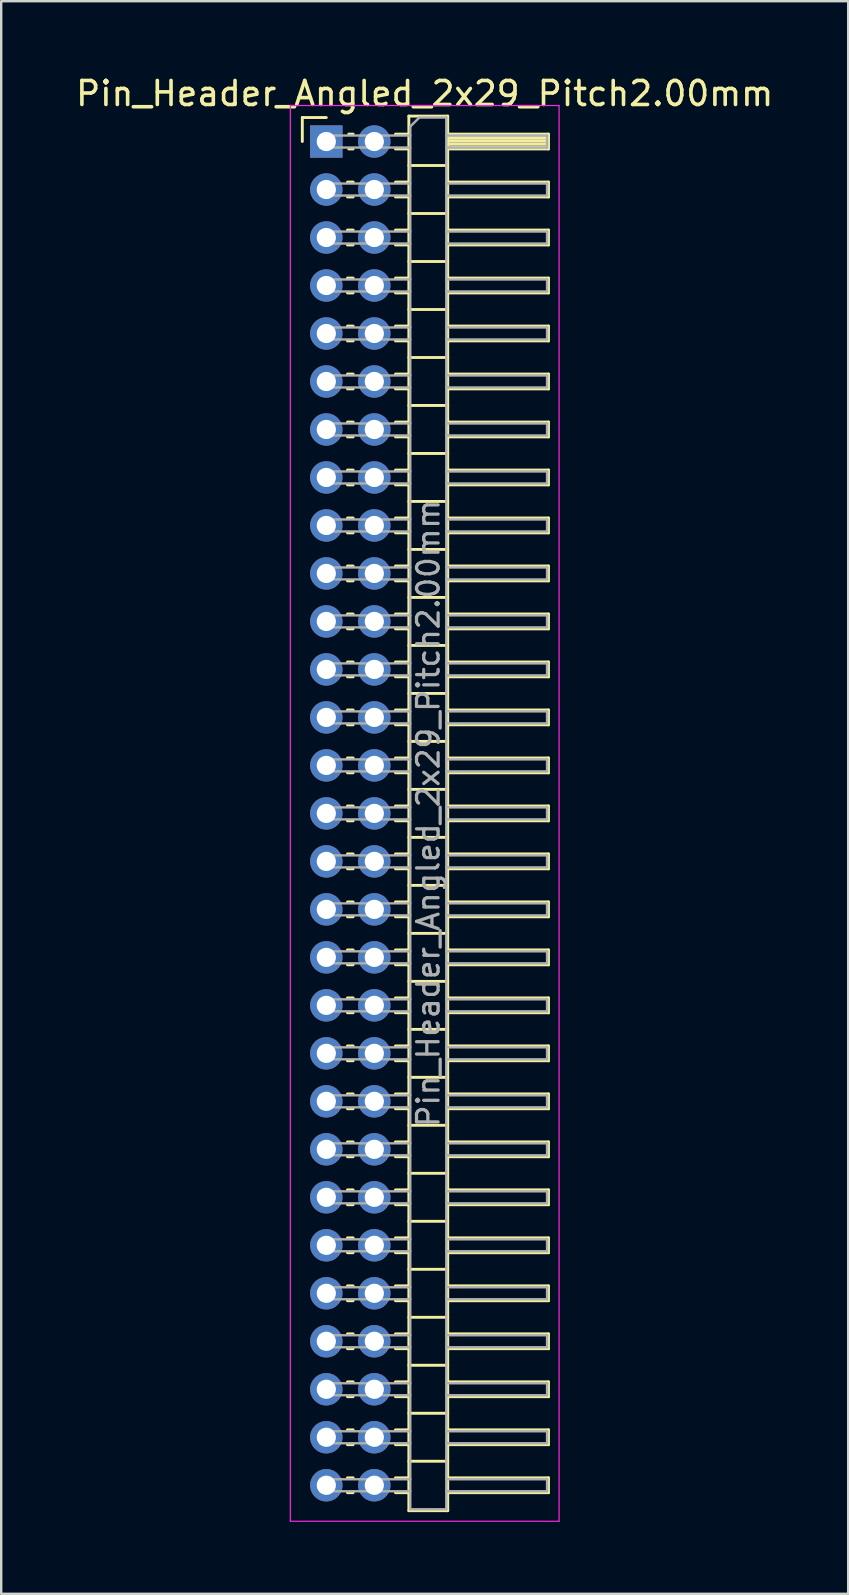
<source format=kicad_pcb>
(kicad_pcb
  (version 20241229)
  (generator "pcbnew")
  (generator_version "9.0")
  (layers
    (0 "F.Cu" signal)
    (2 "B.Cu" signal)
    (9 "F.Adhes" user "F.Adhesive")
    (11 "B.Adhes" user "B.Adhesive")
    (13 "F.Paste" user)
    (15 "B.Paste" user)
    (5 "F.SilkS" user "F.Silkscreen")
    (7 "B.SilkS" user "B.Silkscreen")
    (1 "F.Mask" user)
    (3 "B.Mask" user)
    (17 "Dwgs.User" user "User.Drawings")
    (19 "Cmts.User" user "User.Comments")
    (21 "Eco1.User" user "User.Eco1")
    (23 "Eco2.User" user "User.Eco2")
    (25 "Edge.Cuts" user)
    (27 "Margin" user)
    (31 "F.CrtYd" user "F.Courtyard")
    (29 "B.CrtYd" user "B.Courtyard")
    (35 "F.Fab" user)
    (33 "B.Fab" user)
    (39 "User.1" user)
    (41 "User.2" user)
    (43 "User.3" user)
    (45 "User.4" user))
  (footprint "Pin_Header_Angled_2x29_Pitch2.00mm"
    (layer "F.Cu")
    (at 10.549 2.848)
    (property "Reference" "Pin_Header_Angled_2x29_Pitch2.00mm" (at 4.1 -2 0) (layer "F.SilkS") (effects (font (size 1 1) (thickness 0.15))))
    (attr through_hole)
    (fp_line (start -1 -1) (end 0 -1) (stroke (width 0.12) (type solid)) (layer "F.SilkS"))
    (fp_line (start -1 0) (end -1 -1) (stroke (width 0.12) (type solid)) (layer "F.SilkS"))
    (fp_line (start 0.882 1.69) (end 1.118 1.69) (stroke (width 0.12) (type solid)) (layer "F.SilkS"))
    (fp_line (start 0.882 2.31) (end 1.118 2.31) (stroke (width 0.12) (type solid)) (layer "F.SilkS"))
    (fp_line (start 0.882 3.69) (end 1.118 3.69) (stroke (width 0.12) (type solid)) (layer "F.SilkS"))
    (fp_line (start 0.882 4.31) (end 1.118 4.31) (stroke (width 0.12) (type solid)) (layer "F.SilkS"))
    (fp_line (start 0.882 5.69) (end 1.118 5.69) (stroke (width 0.12) (type solid)) (layer "F.SilkS"))
    (fp_line (start 0.882 6.31) (end 1.118 6.31) (stroke (width 0.12) (type solid)) (layer "F.SilkS"))
    (fp_line (start 0.882 7.69) (end 1.118 7.69) (stroke (width 0.12) (type solid)) (layer "F.SilkS"))
    (fp_line (start 0.882 8.31) (end 1.118 8.31) (stroke (width 0.12) (type solid)) (layer "F.SilkS"))
    (fp_line (start 0.882 9.69) (end 1.118 9.69) (stroke (width 0.12) (type solid)) (layer "F.SilkS"))
    (fp_line (start 0.882 10.31) (end 1.118 10.31) (stroke (width 0.12) (type solid)) (layer "F.SilkS"))
    (fp_line (start 0.882 11.69) (end 1.118 11.69) (stroke (width 0.12) (type solid)) (layer "F.SilkS"))
    (fp_line (start 0.882 12.31) (end 1.118 12.31) (stroke (width 0.12) (type solid)) (layer "F.SilkS"))
    (fp_line (start 0.882 13.69) (end 1.118 13.69) (stroke (width 0.12) (type solid)) (layer "F.SilkS"))
    (fp_line (start 0.882 14.31) (end 1.118 14.31) (stroke (width 0.12) (type solid)) (layer "F.SilkS"))
    (fp_line (start 0.882 15.69) (end 1.118 15.69) (stroke (width 0.12) (type solid)) (layer "F.SilkS"))
    (fp_line (start 0.882 16.31) (end 1.118 16.31) (stroke (width 0.12) (type solid)) (layer "F.SilkS"))
    (fp_line (start 0.882 17.69) (end 1.118 17.69) (stroke (width 0.12) (type solid)) (layer "F.SilkS"))
    (fp_line (start 0.882 18.31) (end 1.118 18.31) (stroke (width 0.12) (type solid)) (layer "F.SilkS"))
    (fp_line (start 0.882 19.69) (end 1.118 19.69) (stroke (width 0.12) (type solid)) (layer "F.SilkS"))
    (fp_line (start 0.882 20.31) (end 1.118 20.31) (stroke (width 0.12) (type solid)) (layer "F.SilkS"))
    (fp_line (start 0.882 21.69) (end 1.118 21.69) (stroke (width 0.12) (type solid)) (layer "F.SilkS"))
    (fp_line (start 0.882 22.31) (end 1.118 22.31) (stroke (width 0.12) (type solid)) (layer "F.SilkS"))
    (fp_line (start 0.882 23.69) (end 1.118 23.69) (stroke (width 0.12) (type solid)) (layer "F.SilkS"))
    (fp_line (start 0.882 24.31) (end 1.118 24.31) (stroke (width 0.12) (type solid)) (layer "F.SilkS"))
    (fp_line (start 0.882 25.69) (end 1.118 25.69) (stroke (width 0.12) (type solid)) (layer "F.SilkS"))
    (fp_line (start 0.882 26.31) (end 1.118 26.31) (stroke (width 0.12) (type solid)) (layer "F.SilkS"))
    (fp_line (start 0.882 27.69) (end 1.118 27.69) (stroke (width 0.12) (type solid)) (layer "F.SilkS"))
    (fp_line (start 0.882 28.31) (end 1.118 28.31) (stroke (width 0.12) (type solid)) (layer "F.SilkS"))
    (fp_line (start 0.882 29.69) (end 1.118 29.69) (stroke (width 0.12) (type solid)) (layer "F.SilkS"))
    (fp_line (start 0.882 30.31) (end 1.118 30.31) (stroke (width 0.12) (type solid)) (layer "F.SilkS"))
    (fp_line (start 0.882 31.69) (end 1.118 31.69) (stroke (width 0.12) (type solid)) (layer "F.SilkS"))
    (fp_line (start 0.882 32.31) (end 1.118 32.31) (stroke (width 0.12) (type solid)) (layer "F.SilkS"))
    (fp_line (start 0.882 33.69) (end 1.118 33.69) (stroke (width 0.12) (type solid)) (layer "F.SilkS"))
    (fp_line (start 0.882 34.31) (end 1.118 34.31) (stroke (width 0.12) (type solid)) (layer "F.SilkS"))
    (fp_line (start 0.882 35.69) (end 1.118 35.69) (stroke (width 0.12) (type solid)) (layer "F.SilkS"))
    (fp_line (start 0.882 36.31) (end 1.118 36.31) (stroke (width 0.12) (type solid)) (layer "F.SilkS"))
    (fp_line (start 0.882 37.69) (end 1.118 37.69) (stroke (width 0.12) (type solid)) (layer "F.SilkS"))
    (fp_line (start 0.882 38.31) (end 1.118 38.31) (stroke (width 0.12) (type solid)) (layer "F.SilkS"))
    (fp_line (start 0.882 39.69) (end 1.118 39.69) (stroke (width 0.12) (type solid)) (layer "F.SilkS"))
    (fp_line (start 0.882 40.31) (end 1.118 40.31) (stroke (width 0.12) (type solid)) (layer "F.SilkS"))
    (fp_line (start 0.882 41.69) (end 1.118 41.69) (stroke (width 0.12) (type solid)) (layer "F.SilkS"))
    (fp_line (start 0.882 42.31) (end 1.118 42.31) (stroke (width 0.12) (type solid)) (layer "F.SilkS"))
    (fp_line (start 0.882 43.69) (end 1.118 43.69) (stroke (width 0.12) (type solid)) (layer "F.SilkS"))
    (fp_line (start 0.882 44.31) (end 1.118 44.31) (stroke (width 0.12) (type solid)) (layer "F.SilkS"))
    (fp_line (start 0.882 45.69) (end 1.118 45.69) (stroke (width 0.12) (type solid)) (layer "F.SilkS"))
    (fp_line (start 0.882 46.31) (end 1.118 46.31) (stroke (width 0.12) (type solid)) (layer "F.SilkS"))
    (fp_line (start 0.882 47.69) (end 1.118 47.69) (stroke (width 0.12) (type solid)) (layer "F.SilkS"))
    (fp_line (start 0.882 48.31) (end 1.118 48.31) (stroke (width 0.12) (type solid)) (layer "F.SilkS"))
    (fp_line (start 0.882 49.69) (end 1.118 49.69) (stroke (width 0.12) (type solid)) (layer "F.SilkS"))
    (fp_line (start 0.882 50.31) (end 1.118 50.31) (stroke (width 0.12) (type solid)) (layer "F.SilkS"))
    (fp_line (start 0.882 51.69) (end 1.118 51.69) (stroke (width 0.12) (type solid)) (layer "F.SilkS"))
    (fp_line (start 0.882 52.31) (end 1.118 52.31) (stroke (width 0.12) (type solid)) (layer "F.SilkS"))
    (fp_line (start 0.882 53.69) (end 1.118 53.69) (stroke (width 0.12) (type solid)) (layer "F.SilkS"))
    (fp_line (start 0.882 54.31) (end 1.118 54.31) (stroke (width 0.12) (type solid)) (layer "F.SilkS"))
    (fp_line (start 0.882 55.69) (end 1.118 55.69) (stroke (width 0.12) (type solid)) (layer "F.SilkS"))
    (fp_line (start 0.882 56.31) (end 1.118 56.31) (stroke (width 0.12) (type solid)) (layer "F.SilkS"))
    (fp_line (start 0.935 -0.31) (end 1.118 -0.31) (stroke (width 0.12) (type solid)) (layer "F.SilkS"))
    (fp_line (start 0.935 0.31) (end 1.118 0.31) (stroke (width 0.12) (type solid)) (layer "F.SilkS"))
    (fp_line (start 2.882 -0.31) (end 3.44 -0.31) (stroke (width 0.12) (type solid)) (layer "F.SilkS"))
    (fp_line (start 2.882 0.31) (end 3.44 0.31) (stroke (width 0.12) (type solid)) (layer "F.SilkS"))
    (fp_line (start 2.882 1.69) (end 3.44 1.69) (stroke (width 0.12) (type solid)) (layer "F.SilkS"))
    (fp_line (start 2.882 2.31) (end 3.44 2.31) (stroke (width 0.12) (type solid)) (layer "F.SilkS"))
    (fp_line (start 2.882 3.69) (end 3.44 3.69) (stroke (width 0.12) (type solid)) (layer "F.SilkS"))
    (fp_line (start 2.882 4.31) (end 3.44 4.31) (stroke (width 0.12) (type solid)) (layer "F.SilkS"))
    (fp_line (start 2.882 5.69) (end 3.44 5.69) (stroke (width 0.12) (type solid)) (layer "F.SilkS"))
    (fp_line (start 2.882 6.31) (end 3.44 6.31) (stroke (width 0.12) (type solid)) (layer "F.SilkS"))
    (fp_line (start 2.882 7.69) (end 3.44 7.69) (stroke (width 0.12) (type solid)) (layer "F.SilkS"))
    (fp_line (start 2.882 8.31) (end 3.44 8.31) (stroke (width 0.12) (type solid)) (layer "F.SilkS"))
    (fp_line (start 2.882 9.69) (end 3.44 9.69) (stroke (width 0.12) (type solid)) (layer "F.SilkS"))
    (fp_line (start 2.882 10.31) (end 3.44 10.31) (stroke (width 0.12) (type solid)) (layer "F.SilkS"))
    (fp_line (start 2.882 11.69) (end 3.44 11.69) (stroke (width 0.12) (type solid)) (layer "F.SilkS"))
    (fp_line (start 2.882 12.31) (end 3.44 12.31) (stroke (width 0.12) (type solid)) (layer "F.SilkS"))
    (fp_line (start 2.882 13.69) (end 3.44 13.69) (stroke (width 0.12) (type solid)) (layer "F.SilkS"))
    (fp_line (start 2.882 14.31) (end 3.44 14.31) (stroke (width 0.12) (type solid)) (layer "F.SilkS"))
    (fp_line (start 2.882 15.69) (end 3.44 15.69) (stroke (width 0.12) (type solid)) (layer "F.SilkS"))
    (fp_line (start 2.882 16.31) (end 3.44 16.31) (stroke (width 0.12) (type solid)) (layer "F.SilkS"))
    (fp_line (start 2.882 17.69) (end 3.44 17.69) (stroke (width 0.12) (type solid)) (layer "F.SilkS"))
    (fp_line (start 2.882 18.31) (end 3.44 18.31) (stroke (width 0.12) (type solid)) (layer "F.SilkS"))
    (fp_line (start 2.882 19.69) (end 3.44 19.69) (stroke (width 0.12) (type solid)) (layer "F.SilkS"))
    (fp_line (start 2.882 20.31) (end 3.44 20.31) (stroke (width 0.12) (type solid)) (layer "F.SilkS"))
    (fp_line (start 2.882 21.69) (end 3.44 21.69) (stroke (width 0.12) (type solid)) (layer "F.SilkS"))
    (fp_line (start 2.882 22.31) (end 3.44 22.31) (stroke (width 0.12) (type solid)) (layer "F.SilkS"))
    (fp_line (start 2.882 23.69) (end 3.44 23.69) (stroke (width 0.12) (type solid)) (layer "F.SilkS"))
    (fp_line (start 2.882 24.31) (end 3.44 24.31) (stroke (width 0.12) (type solid)) (layer "F.SilkS"))
    (fp_line (start 2.882 25.69) (end 3.44 25.69) (stroke (width 0.12) (type solid)) (layer "F.SilkS"))
    (fp_line (start 2.882 26.31) (end 3.44 26.31) (stroke (width 0.12) (type solid)) (layer "F.SilkS"))
    (fp_line (start 2.882 27.69) (end 3.44 27.69) (stroke (width 0.12) (type solid)) (layer "F.SilkS"))
    (fp_line (start 2.882 28.31) (end 3.44 28.31) (stroke (width 0.12) (type solid)) (layer "F.SilkS"))
    (fp_line (start 2.882 29.69) (end 3.44 29.69) (stroke (width 0.12) (type solid)) (layer "F.SilkS"))
    (fp_line (start 2.882 30.31) (end 3.44 30.31) (stroke (width 0.12) (type solid)) (layer "F.SilkS"))
    (fp_line (start 2.882 31.69) (end 3.44 31.69) (stroke (width 0.12) (type solid)) (layer "F.SilkS"))
    (fp_line (start 2.882 32.31) (end 3.44 32.31) (stroke (width 0.12) (type solid)) (layer "F.SilkS"))
    (fp_line (start 2.882 33.69) (end 3.44 33.69) (stroke (width 0.12) (type solid)) (layer "F.SilkS"))
    (fp_line (start 2.882 34.31) (end 3.44 34.31) (stroke (width 0.12) (type solid)) (layer "F.SilkS"))
    (fp_line (start 2.882 35.69) (end 3.44 35.69) (stroke (width 0.12) (type solid)) (layer "F.SilkS"))
    (fp_line (start 2.882 36.31) (end 3.44 36.31) (stroke (width 0.12) (type solid)) (layer "F.SilkS"))
    (fp_line (start 2.882 37.69) (end 3.44 37.69) (stroke (width 0.12) (type solid)) (layer "F.SilkS"))
    (fp_line (start 2.882 38.31) (end 3.44 38.31) (stroke (width 0.12) (type solid)) (layer "F.SilkS"))
    (fp_line (start 2.882 39.69) (end 3.44 39.69) (stroke (width 0.12) (type solid)) (layer "F.SilkS"))
    (fp_line (start 2.882 40.31) (end 3.44 40.31) (stroke (width 0.12) (type solid)) (layer "F.SilkS"))
    (fp_line (start 2.882 41.69) (end 3.44 41.69) (stroke (width 0.12) (type solid)) (layer "F.SilkS"))
    (fp_line (start 2.882 42.31) (end 3.44 42.31) (stroke (width 0.12) (type solid)) (layer "F.SilkS"))
    (fp_line (start 2.882 43.69) (end 3.44 43.69) (stroke (width 0.12) (type solid)) (layer "F.SilkS"))
    (fp_line (start 2.882 44.31) (end 3.44 44.31) (stroke (width 0.12) (type solid)) (layer "F.SilkS"))
    (fp_line (start 2.882 45.69) (end 3.44 45.69) (stroke (width 0.12) (type solid)) (layer "F.SilkS"))
    (fp_line (start 2.882 46.31) (end 3.44 46.31) (stroke (width 0.12) (type solid)) (layer "F.SilkS"))
    (fp_line (start 2.882 47.69) (end 3.44 47.69) (stroke (width 0.12) (type solid)) (layer "F.SilkS"))
    (fp_line (start 2.882 48.31) (end 3.44 48.31) (stroke (width 0.12) (type solid)) (layer "F.SilkS"))
    (fp_line (start 2.882 49.69) (end 3.44 49.69) (stroke (width 0.12) (type solid)) (layer "F.SilkS"))
    (fp_line (start 2.882 50.31) (end 3.44 50.31) (stroke (width 0.12) (type solid)) (layer "F.SilkS"))
    (fp_line (start 2.882 51.69) (end 3.44 51.69) (stroke (width 0.12) (type solid)) (layer "F.SilkS"))
    (fp_line (start 2.882 52.31) (end 3.44 52.31) (stroke (width 0.12) (type solid)) (layer "F.SilkS"))
    (fp_line (start 2.882 53.69) (end 3.44 53.69) (stroke (width 0.12) (type solid)) (layer "F.SilkS"))
    (fp_line (start 2.882 54.31) (end 3.44 54.31) (stroke (width 0.12) (type solid)) (layer "F.SilkS"))
    (fp_line (start 2.882 55.69) (end 3.44 55.69) (stroke (width 0.12) (type solid)) (layer "F.SilkS"))
    (fp_line (start 2.882 56.31) (end 3.44 56.31) (stroke (width 0.12) (type solid)) (layer "F.SilkS"))
    (fp_line (start 3.44 -1.06) (end 3.44 57.06) (stroke (width 0.12) (type solid)) (layer "F.SilkS"))
    (fp_line (start 3.44 1) (end 5.06 1) (stroke (width 0.12) (type solid)) (layer "F.SilkS"))
    (fp_line (start 3.44 3) (end 5.06 3) (stroke (width 0.12) (type solid)) (layer "F.SilkS"))
    (fp_line (start 3.44 5) (end 5.06 5) (stroke (width 0.12) (type solid)) (layer "F.SilkS"))
    (fp_line (start 3.44 7) (end 5.06 7) (stroke (width 0.12) (type solid)) (layer "F.SilkS"))
    (fp_line (start 3.44 9) (end 5.06 9) (stroke (width 0.12) (type solid)) (layer "F.SilkS"))
    (fp_line (start 3.44 11) (end 5.06 11) (stroke (width 0.12) (type solid)) (layer "F.SilkS"))
    (fp_line (start 3.44 13) (end 5.06 13) (stroke (width 0.12) (type solid)) (layer "F.SilkS"))
    (fp_line (start 3.44 15) (end 5.06 15) (stroke (width 0.12) (type solid)) (layer "F.SilkS"))
    (fp_line (start 3.44 17) (end 5.06 17) (stroke (width 0.12) (type solid)) (layer "F.SilkS"))
    (fp_line (start 3.44 19) (end 5.06 19) (stroke (width 0.12) (type solid)) (layer "F.SilkS"))
    (fp_line (start 3.44 21) (end 5.06 21) (stroke (width 0.12) (type solid)) (layer "F.SilkS"))
    (fp_line (start 3.44 23) (end 5.06 23) (stroke (width 0.12) (type solid)) (layer "F.SilkS"))
    (fp_line (start 3.44 25) (end 5.06 25) (stroke (width 0.12) (type solid)) (layer "F.SilkS"))
    (fp_line (start 3.44 27) (end 5.06 27) (stroke (width 0.12) (type solid)) (layer "F.SilkS"))
    (fp_line (start 3.44 29) (end 5.06 29) (stroke (width 0.12) (type solid)) (layer "F.SilkS"))
    (fp_line (start 3.44 31) (end 5.06 31) (stroke (width 0.12) (type solid)) (layer "F.SilkS"))
    (fp_line (start 3.44 33) (end 5.06 33) (stroke (width 0.12) (type solid)) (layer "F.SilkS"))
    (fp_line (start 3.44 35) (end 5.06 35) (stroke (width 0.12) (type solid)) (layer "F.SilkS"))
    (fp_line (start 3.44 37) (end 5.06 37) (stroke (width 0.12) (type solid)) (layer "F.SilkS"))
    (fp_line (start 3.44 39) (end 5.06 39) (stroke (width 0.12) (type solid)) (layer "F.SilkS"))
    (fp_line (start 3.44 41) (end 5.06 41) (stroke (width 0.12) (type solid)) (layer "F.SilkS"))
    (fp_line (start 3.44 43) (end 5.06 43) (stroke (width 0.12) (type solid)) (layer "F.SilkS"))
    (fp_line (start 3.44 45) (end 5.06 45) (stroke (width 0.12) (type solid)) (layer "F.SilkS"))
    (fp_line (start 3.44 47) (end 5.06 47) (stroke (width 0.12) (type solid)) (layer "F.SilkS"))
    (fp_line (start 3.44 49) (end 5.06 49) (stroke (width 0.12) (type solid)) (layer "F.SilkS"))
    (fp_line (start 3.44 51) (end 5.06 51) (stroke (width 0.12) (type solid)) (layer "F.SilkS"))
    (fp_line (start 3.44 53) (end 5.06 53) (stroke (width 0.12) (type solid)) (layer "F.SilkS"))
    (fp_line (start 3.44 55) (end 5.06 55) (stroke (width 0.12) (type solid)) (layer "F.SilkS"))
    (fp_line (start 3.44 57.06) (end 5.06 57.06) (stroke (width 0.12) (type solid)) (layer "F.SilkS"))
    (fp_line (start 5.06 -1.06) (end 3.44 -1.06) (stroke (width 0.12) (type solid)) (layer "F.SilkS"))
    (fp_line (start 5.06 -0.31) (end 9.26 -0.31) (stroke (width 0.12) (type solid)) (layer "F.SilkS"))
    (fp_line (start 5.06 -0.25) (end 9.26 -0.25) (stroke (width 0.12) (type solid)) (layer "F.SilkS"))
    (fp_line (start 5.06 -0.13) (end 9.26 -0.13) (stroke (width 0.12) (type solid)) (layer "F.SilkS"))
    (fp_line (start 5.06 -0.01) (end 9.26 -0.01) (stroke (width 0.12) (type solid)) (layer "F.SilkS"))
    (fp_line (start 5.06 0.11) (end 9.26 0.11) (stroke (width 0.12) (type solid)) (layer "F.SilkS"))
    (fp_line (start 5.06 0.23) (end 9.26 0.23) (stroke (width 0.12) (type solid)) (layer "F.SilkS"))
    (fp_line (start 5.06 1.69) (end 9.26 1.69) (stroke (width 0.12) (type solid)) (layer "F.SilkS"))
    (fp_line (start 5.06 3.69) (end 9.26 3.69) (stroke (width 0.12) (type solid)) (layer "F.SilkS"))
    (fp_line (start 5.06 5.69) (end 9.26 5.69) (stroke (width 0.12) (type solid)) (layer "F.SilkS"))
    (fp_line (start 5.06 7.69) (end 9.26 7.69) (stroke (width 0.12) (type solid)) (layer "F.SilkS"))
    (fp_line (start 5.06 9.69) (end 9.26 9.69) (stroke (width 0.12) (type solid)) (layer "F.SilkS"))
    (fp_line (start 5.06 11.69) (end 9.26 11.69) (stroke (width 0.12) (type solid)) (layer "F.SilkS"))
    (fp_line (start 5.06 13.69) (end 9.26 13.69) (stroke (width 0.12) (type solid)) (layer "F.SilkS"))
    (fp_line (start 5.06 15.69) (end 9.26 15.69) (stroke (width 0.12) (type solid)) (layer "F.SilkS"))
    (fp_line (start 5.06 17.69) (end 9.26 17.69) (stroke (width 0.12) (type solid)) (layer "F.SilkS"))
    (fp_line (start 5.06 19.69) (end 9.26 19.69) (stroke (width 0.12) (type solid)) (layer "F.SilkS"))
    (fp_line (start 5.06 21.69) (end 9.26 21.69) (stroke (width 0.12) (type solid)) (layer "F.SilkS"))
    (fp_line (start 5.06 23.69) (end 9.26 23.69) (stroke (width 0.12) (type solid)) (layer "F.SilkS"))
    (fp_line (start 5.06 25.69) (end 9.26 25.69) (stroke (width 0.12) (type solid)) (layer "F.SilkS"))
    (fp_line (start 5.06 27.69) (end 9.26 27.69) (stroke (width 0.12) (type solid)) (layer "F.SilkS"))
    (fp_line (start 5.06 29.69) (end 9.26 29.69) (stroke (width 0.12) (type solid)) (layer "F.SilkS"))
    (fp_line (start 5.06 31.69) (end 9.26 31.69) (stroke (width 0.12) (type solid)) (layer "F.SilkS"))
    (fp_line (start 5.06 33.69) (end 9.26 33.69) (stroke (width 0.12) (type solid)) (layer "F.SilkS"))
    (fp_line (start 5.06 35.69) (end 9.26 35.69) (stroke (width 0.12) (type solid)) (layer "F.SilkS"))
    (fp_line (start 5.06 37.69) (end 9.26 37.69) (stroke (width 0.12) (type solid)) (layer "F.SilkS"))
    (fp_line (start 5.06 39.69) (end 9.26 39.69) (stroke (width 0.12) (type solid)) (layer "F.SilkS"))
    (fp_line (start 5.06 41.69) (end 9.26 41.69) (stroke (width 0.12) (type solid)) (layer "F.SilkS"))
    (fp_line (start 5.06 43.69) (end 9.26 43.69) (stroke (width 0.12) (type solid)) (layer "F.SilkS"))
    (fp_line (start 5.06 45.69) (end 9.26 45.69) (stroke (width 0.12) (type solid)) (layer "F.SilkS"))
    (fp_line (start 5.06 47.69) (end 9.26 47.69) (stroke (width 0.12) (type solid)) (layer "F.SilkS"))
    (fp_line (start 5.06 49.69) (end 9.26 49.69) (stroke (width 0.12) (type solid)) (layer "F.SilkS"))
    (fp_line (start 5.06 51.69) (end 9.26 51.69) (stroke (width 0.12) (type solid)) (layer "F.SilkS"))
    (fp_line (start 5.06 53.69) (end 9.26 53.69) (stroke (width 0.12) (type solid)) (layer "F.SilkS"))
    (fp_line (start 5.06 55.69) (end 9.26 55.69) (stroke (width 0.12) (type solid)) (layer "F.SilkS"))
    (fp_line (start 5.06 57.06) (end 5.06 -1.06) (stroke (width 0.12) (type solid)) (layer "F.SilkS"))
    (fp_line (start 9.26 -0.31) (end 9.26 0.31) (stroke (width 0.12) (type solid)) (layer "F.SilkS"))
    (fp_line (start 9.26 0.31) (end 5.06 0.31) (stroke (width 0.12) (type solid)) (layer "F.SilkS"))
    (fp_line (start 9.26 1.69) (end 9.26 2.31) (stroke (width 0.12) (type solid)) (layer "F.SilkS"))
    (fp_line (start 9.26 2.31) (end 5.06 2.31) (stroke (width 0.12) (type solid)) (layer "F.SilkS"))
    (fp_line (start 9.26 3.69) (end 9.26 4.31) (stroke (width 0.12) (type solid)) (layer "F.SilkS"))
    (fp_line (start 9.26 4.31) (end 5.06 4.31) (stroke (width 0.12) (type solid)) (layer "F.SilkS"))
    (fp_line (start 9.26 5.69) (end 9.26 6.31) (stroke (width 0.12) (type solid)) (layer "F.SilkS"))
    (fp_line (start 9.26 6.31) (end 5.06 6.31) (stroke (width 0.12) (type solid)) (layer "F.SilkS"))
    (fp_line (start 9.26 7.69) (end 9.26 8.31) (stroke (width 0.12) (type solid)) (layer "F.SilkS"))
    (fp_line (start 9.26 8.31) (end 5.06 8.31) (stroke (width 0.12) (type solid)) (layer "F.SilkS"))
    (fp_line (start 9.26 9.69) (end 9.26 10.31) (stroke (width 0.12) (type solid)) (layer "F.SilkS"))
    (fp_line (start 9.26 10.31) (end 5.06 10.31) (stroke (width 0.12) (type solid)) (layer "F.SilkS"))
    (fp_line (start 9.26 11.69) (end 9.26 12.31) (stroke (width 0.12) (type solid)) (layer "F.SilkS"))
    (fp_line (start 9.26 12.31) (end 5.06 12.31) (stroke (width 0.12) (type solid)) (layer "F.SilkS"))
    (fp_line (start 9.26 13.69) (end 9.26 14.31) (stroke (width 0.12) (type solid)) (layer "F.SilkS"))
    (fp_line (start 9.26 14.31) (end 5.06 14.31) (stroke (width 0.12) (type solid)) (layer "F.SilkS"))
    (fp_line (start 9.26 15.69) (end 9.26 16.31) (stroke (width 0.12) (type solid)) (layer "F.SilkS"))
    (fp_line (start 9.26 16.31) (end 5.06 16.31) (stroke (width 0.12) (type solid)) (layer "F.SilkS"))
    (fp_line (start 9.26 17.69) (end 9.26 18.31) (stroke (width 0.12) (type solid)) (layer "F.SilkS"))
    (fp_line (start 9.26 18.31) (end 5.06 18.31) (stroke (width 0.12) (type solid)) (layer "F.SilkS"))
    (fp_line (start 9.26 19.69) (end 9.26 20.31) (stroke (width 0.12) (type solid)) (layer "F.SilkS"))
    (fp_line (start 9.26 20.31) (end 5.06 20.31) (stroke (width 0.12) (type solid)) (layer "F.SilkS"))
    (fp_line (start 9.26 21.69) (end 9.26 22.31) (stroke (width 0.12) (type solid)) (layer "F.SilkS"))
    (fp_line (start 9.26 22.31) (end 5.06 22.31) (stroke (width 0.12) (type solid)) (layer "F.SilkS"))
    (fp_line (start 9.26 23.69) (end 9.26 24.31) (stroke (width 0.12) (type solid)) (layer "F.SilkS"))
    (fp_line (start 9.26 24.31) (end 5.06 24.31) (stroke (width 0.12) (type solid)) (layer "F.SilkS"))
    (fp_line (start 9.26 25.69) (end 9.26 26.31) (stroke (width 0.12) (type solid)) (layer "F.SilkS"))
    (fp_line (start 9.26 26.31) (end 5.06 26.31) (stroke (width 0.12) (type solid)) (layer "F.SilkS"))
    (fp_line (start 9.26 27.69) (end 9.26 28.31) (stroke (width 0.12) (type solid)) (layer "F.SilkS"))
    (fp_line (start 9.26 28.31) (end 5.06 28.31) (stroke (width 0.12) (type solid)) (layer "F.SilkS"))
    (fp_line (start 9.26 29.69) (end 9.26 30.31) (stroke (width 0.12) (type solid)) (layer "F.SilkS"))
    (fp_line (start 9.26 30.31) (end 5.06 30.31) (stroke (width 0.12) (type solid)) (layer "F.SilkS"))
    (fp_line (start 9.26 31.69) (end 9.26 32.31) (stroke (width 0.12) (type solid)) (layer "F.SilkS"))
    (fp_line (start 9.26 32.31) (end 5.06 32.31) (stroke (width 0.12) (type solid)) (layer "F.SilkS"))
    (fp_line (start 9.26 33.69) (end 9.26 34.31) (stroke (width 0.12) (type solid)) (layer "F.SilkS"))
    (fp_line (start 9.26 34.31) (end 5.06 34.31) (stroke (width 0.12) (type solid)) (layer "F.SilkS"))
    (fp_line (start 9.26 35.69) (end 9.26 36.31) (stroke (width 0.12) (type solid)) (layer "F.SilkS"))
    (fp_line (start 9.26 36.31) (end 5.06 36.31) (stroke (width 0.12) (type solid)) (layer "F.SilkS"))
    (fp_line (start 9.26 37.69) (end 9.26 38.31) (stroke (width 0.12) (type solid)) (layer "F.SilkS"))
    (fp_line (start 9.26 38.31) (end 5.06 38.31) (stroke (width 0.12) (type solid)) (layer "F.SilkS"))
    (fp_line (start 9.26 39.69) (end 9.26 40.31) (stroke (width 0.12) (type solid)) (layer "F.SilkS"))
    (fp_line (start 9.26 40.31) (end 5.06 40.31) (stroke (width 0.12) (type solid)) (layer "F.SilkS"))
    (fp_line (start 9.26 41.69) (end 9.26 42.31) (stroke (width 0.12) (type solid)) (layer "F.SilkS"))
    (fp_line (start 9.26 42.31) (end 5.06 42.31) (stroke (width 0.12) (type solid)) (layer "F.SilkS"))
    (fp_line (start 9.26 43.69) (end 9.26 44.31) (stroke (width 0.12) (type solid)) (layer "F.SilkS"))
    (fp_line (start 9.26 44.31) (end 5.06 44.31) (stroke (width 0.12) (type solid)) (layer "F.SilkS"))
    (fp_line (start 9.26 45.69) (end 9.26 46.31) (stroke (width 0.12) (type solid)) (layer "F.SilkS"))
    (fp_line (start 9.26 46.31) (end 5.06 46.31) (stroke (width 0.12) (type solid)) (layer "F.SilkS"))
    (fp_line (start 9.26 47.69) (end 9.26 48.31) (stroke (width 0.12) (type solid)) (layer "F.SilkS"))
    (fp_line (start 9.26 48.31) (end 5.06 48.31) (stroke (width 0.12) (type solid)) (layer "F.SilkS"))
    (fp_line (start 9.26 49.69) (end 9.26 50.31) (stroke (width 0.12) (type solid)) (layer "F.SilkS"))
    (fp_line (start 9.26 50.31) (end 5.06 50.31) (stroke (width 0.12) (type solid)) (layer "F.SilkS"))
    (fp_line (start 9.26 51.69) (end 9.26 52.31) (stroke (width 0.12) (type solid)) (layer "F.SilkS"))
    (fp_line (start 9.26 52.31) (end 5.06 52.31) (stroke (width 0.12) (type solid)) (layer "F.SilkS"))
    (fp_line (start 9.26 53.69) (end 9.26 54.31) (stroke (width 0.12) (type solid)) (layer "F.SilkS"))
    (fp_line (start 9.26 54.31) (end 5.06 54.31) (stroke (width 0.12) (type solid)) (layer "F.SilkS"))
    (fp_line (start 9.26 55.69) (end 9.26 56.31) (stroke (width 0.12) (type solid)) (layer "F.SilkS"))
    (fp_line (start 9.26 56.31) (end 5.06 56.31) (stroke (width 0.12) (type solid)) (layer "F.SilkS"))
    (fp_line (start -1.5 -1.5) (end -1.5 57.5) (stroke (width 0.05) (type solid)) (layer "F.CrtYd"))
    (fp_line (start -1.5 57.5) (end 9.7 57.5) (stroke (width 0.05) (type solid)) (layer "F.CrtYd"))
    (fp_line (start 9.7 -1.5) (end -1.5 -1.5) (stroke (width 0.05) (type solid)) (layer "F.CrtYd"))
    (fp_line (start 9.7 57.5) (end 9.7 -1.5) (stroke (width 0.05) (type solid)) (layer "F.CrtYd"))
    (fp_line (start -0.25 -0.25) (end -0.25 0.25) (stroke (width 0.1) (type solid)) (layer "F.Fab"))
    (fp_line (start -0.25 -0.25) (end 3.5 -0.25) (stroke (width 0.1) (type solid)) (layer "F.Fab"))
    (fp_line (start -0.25 0.25) (end 3.5 0.25) (stroke (width 0.1) (type solid)) (layer "F.Fab"))
    (fp_line (start -0.25 1.75) (end -0.25 2.25) (stroke (width 0.1) (type solid)) (layer "F.Fab"))
    (fp_line (start -0.25 1.75) (end 3.5 1.75) (stroke (width 0.1) (type solid)) (layer "F.Fab"))
    (fp_line (start -0.25 2.25) (end 3.5 2.25) (stroke (width 0.1) (type solid)) (layer "F.Fab"))
    (fp_line (start -0.25 3.75) (end -0.25 4.25) (stroke (width 0.1) (type solid)) (layer "F.Fab"))
    (fp_line (start -0.25 3.75) (end 3.5 3.75) (stroke (width 0.1) (type solid)) (layer "F.Fab"))
    (fp_line (start -0.25 4.25) (end 3.5 4.25) (stroke (width 0.1) (type solid)) (layer "F.Fab"))
    (fp_line (start -0.25 5.75) (end -0.25 6.25) (stroke (width 0.1) (type solid)) (layer "F.Fab"))
    (fp_line (start -0.25 5.75) (end 3.5 5.75) (stroke (width 0.1) (type solid)) (layer "F.Fab"))
    (fp_line (start -0.25 6.25) (end 3.5 6.25) (stroke (width 0.1) (type solid)) (layer "F.Fab"))
    (fp_line (start -0.25 7.75) (end -0.25 8.25) (stroke (width 0.1) (type solid)) (layer "F.Fab"))
    (fp_line (start -0.25 7.75) (end 3.5 7.75) (stroke (width 0.1) (type solid)) (layer "F.Fab"))
    (fp_line (start -0.25 8.25) (end 3.5 8.25) (stroke (width 0.1) (type solid)) (layer "F.Fab"))
    (fp_line (start -0.25 9.75) (end -0.25 10.25) (stroke (width 0.1) (type solid)) (layer "F.Fab"))
    (fp_line (start -0.25 9.75) (end 3.5 9.75) (stroke (width 0.1) (type solid)) (layer "F.Fab"))
    (fp_line (start -0.25 10.25) (end 3.5 10.25) (stroke (width 0.1) (type solid)) (layer "F.Fab"))
    (fp_line (start -0.25 11.75) (end -0.25 12.25) (stroke (width 0.1) (type solid)) (layer "F.Fab"))
    (fp_line (start -0.25 11.75) (end 3.5 11.75) (stroke (width 0.1) (type solid)) (layer "F.Fab"))
    (fp_line (start -0.25 12.25) (end 3.5 12.25) (stroke (width 0.1) (type solid)) (layer "F.Fab"))
    (fp_line (start -0.25 13.75) (end -0.25 14.25) (stroke (width 0.1) (type solid)) (layer "F.Fab"))
    (fp_line (start -0.25 13.75) (end 3.5 13.75) (stroke (width 0.1) (type solid)) (layer "F.Fab"))
    (fp_line (start -0.25 14.25) (end 3.5 14.25) (stroke (width 0.1) (type solid)) (layer "F.Fab"))
    (fp_line (start -0.25 15.75) (end -0.25 16.25) (stroke (width 0.1) (type solid)) (layer "F.Fab"))
    (fp_line (start -0.25 15.75) (end 3.5 15.75) (stroke (width 0.1) (type solid)) (layer "F.Fab"))
    (fp_line (start -0.25 16.25) (end 3.5 16.25) (stroke (width 0.1) (type solid)) (layer "F.Fab"))
    (fp_line (start -0.25 17.75) (end -0.25 18.25) (stroke (width 0.1) (type solid)) (layer "F.Fab"))
    (fp_line (start -0.25 17.75) (end 3.5 17.75) (stroke (width 0.1) (type solid)) (layer "F.Fab"))
    (fp_line (start -0.25 18.25) (end 3.5 18.25) (stroke (width 0.1) (type solid)) (layer "F.Fab"))
    (fp_line (start -0.25 19.75) (end -0.25 20.25) (stroke (width 0.1) (type solid)) (layer "F.Fab"))
    (fp_line (start -0.25 19.75) (end 3.5 19.75) (stroke (width 0.1) (type solid)) (layer "F.Fab"))
    (fp_line (start -0.25 20.25) (end 3.5 20.25) (stroke (width 0.1) (type solid)) (layer "F.Fab"))
    (fp_line (start -0.25 21.75) (end -0.25 22.25) (stroke (width 0.1) (type solid)) (layer "F.Fab"))
    (fp_line (start -0.25 21.75) (end 3.5 21.75) (stroke (width 0.1) (type solid)) (layer "F.Fab"))
    (fp_line (start -0.25 22.25) (end 3.5 22.25) (stroke (width 0.1) (type solid)) (layer "F.Fab"))
    (fp_line (start -0.25 23.75) (end -0.25 24.25) (stroke (width 0.1) (type solid)) (layer "F.Fab"))
    (fp_line (start -0.25 23.75) (end 3.5 23.75) (stroke (width 0.1) (type solid)) (layer "F.Fab"))
    (fp_line (start -0.25 24.25) (end 3.5 24.25) (stroke (width 0.1) (type solid)) (layer "F.Fab"))
    (fp_line (start -0.25 25.75) (end -0.25 26.25) (stroke (width 0.1) (type solid)) (layer "F.Fab"))
    (fp_line (start -0.25 25.75) (end 3.5 25.75) (stroke (width 0.1) (type solid)) (layer "F.Fab"))
    (fp_line (start -0.25 26.25) (end 3.5 26.25) (stroke (width 0.1) (type solid)) (layer "F.Fab"))
    (fp_line (start -0.25 27.75) (end -0.25 28.25) (stroke (width 0.1) (type solid)) (layer "F.Fab"))
    (fp_line (start -0.25 27.75) (end 3.5 27.75) (stroke (width 0.1) (type solid)) (layer "F.Fab"))
    (fp_line (start -0.25 28.25) (end 3.5 28.25) (stroke (width 0.1) (type solid)) (layer "F.Fab"))
    (fp_line (start -0.25 29.75) (end -0.25 30.25) (stroke (width 0.1) (type solid)) (layer "F.Fab"))
    (fp_line (start -0.25 29.75) (end 3.5 29.75) (stroke (width 0.1) (type solid)) (layer "F.Fab"))
    (fp_line (start -0.25 30.25) (end 3.5 30.25) (stroke (width 0.1) (type solid)) (layer "F.Fab"))
    (fp_line (start -0.25 31.75) (end -0.25 32.25) (stroke (width 0.1) (type solid)) (layer "F.Fab"))
    (fp_line (start -0.25 31.75) (end 3.5 31.75) (stroke (width 0.1) (type solid)) (layer "F.Fab"))
    (fp_line (start -0.25 32.25) (end 3.5 32.25) (stroke (width 0.1) (type solid)) (layer "F.Fab"))
    (fp_line (start -0.25 33.75) (end -0.25 34.25) (stroke (width 0.1) (type solid)) (layer "F.Fab"))
    (fp_line (start -0.25 33.75) (end 3.5 33.75) (stroke (width 0.1) (type solid)) (layer "F.Fab"))
    (fp_line (start -0.25 34.25) (end 3.5 34.25) (stroke (width 0.1) (type solid)) (layer "F.Fab"))
    (fp_line (start -0.25 35.75) (end -0.25 36.25) (stroke (width 0.1) (type solid)) (layer "F.Fab"))
    (fp_line (start -0.25 35.75) (end 3.5 35.75) (stroke (width 0.1) (type solid)) (layer "F.Fab"))
    (fp_line (start -0.25 36.25) (end 3.5 36.25) (stroke (width 0.1) (type solid)) (layer "F.Fab"))
    (fp_line (start -0.25 37.75) (end -0.25 38.25) (stroke (width 0.1) (type solid)) (layer "F.Fab"))
    (fp_line (start -0.25 37.75) (end 3.5 37.75) (stroke (width 0.1) (type solid)) (layer "F.Fab"))
    (fp_line (start -0.25 38.25) (end 3.5 38.25) (stroke (width 0.1) (type solid)) (layer "F.Fab"))
    (fp_line (start -0.25 39.75) (end -0.25 40.25) (stroke (width 0.1) (type solid)) (layer "F.Fab"))
    (fp_line (start -0.25 39.75) (end 3.5 39.75) (stroke (width 0.1) (type solid)) (layer "F.Fab"))
    (fp_line (start -0.25 40.25) (end 3.5 40.25) (stroke (width 0.1) (type solid)) (layer "F.Fab"))
    (fp_line (start -0.25 41.75) (end -0.25 42.25) (stroke (width 0.1) (type solid)) (layer "F.Fab"))
    (fp_line (start -0.25 41.75) (end 3.5 41.75) (stroke (width 0.1) (type solid)) (layer "F.Fab"))
    (fp_line (start -0.25 42.25) (end 3.5 42.25) (stroke (width 0.1) (type solid)) (layer "F.Fab"))
    (fp_line (start -0.25 43.75) (end -0.25 44.25) (stroke (width 0.1) (type solid)) (layer "F.Fab"))
    (fp_line (start -0.25 43.75) (end 3.5 43.75) (stroke (width 0.1) (type solid)) (layer "F.Fab"))
    (fp_line (start -0.25 44.25) (end 3.5 44.25) (stroke (width 0.1) (type solid)) (layer "F.Fab"))
    (fp_line (start -0.25 45.75) (end -0.25 46.25) (stroke (width 0.1) (type solid)) (layer "F.Fab"))
    (fp_line (start -0.25 45.75) (end 3.5 45.75) (stroke (width 0.1) (type solid)) (layer "F.Fab"))
    (fp_line (start -0.25 46.25) (end 3.5 46.25) (stroke (width 0.1) (type solid)) (layer "F.Fab"))
    (fp_line (start -0.25 47.75) (end -0.25 48.25) (stroke (width 0.1) (type solid)) (layer "F.Fab"))
    (fp_line (start -0.25 47.75) (end 3.5 47.75) (stroke (width 0.1) (type solid)) (layer "F.Fab"))
    (fp_line (start -0.25 48.25) (end 3.5 48.25) (stroke (width 0.1) (type solid)) (layer "F.Fab"))
    (fp_line (start -0.25 49.75) (end -0.25 50.25) (stroke (width 0.1) (type solid)) (layer "F.Fab"))
    (fp_line (start -0.25 49.75) (end 3.5 49.75) (stroke (width 0.1) (type solid)) (layer "F.Fab"))
    (fp_line (start -0.25 50.25) (end 3.5 50.25) (stroke (width 0.1) (type solid)) (layer "F.Fab"))
    (fp_line (start -0.25 51.75) (end -0.25 52.25) (stroke (width 0.1) (type solid)) (layer "F.Fab"))
    (fp_line (start -0.25 51.75) (end 3.5 51.75) (stroke (width 0.1) (type solid)) (layer "F.Fab"))
    (fp_line (start -0.25 52.25) (end 3.5 52.25) (stroke (width 0.1) (type solid)) (layer "F.Fab"))
    (fp_line (start -0.25 53.75) (end -0.25 54.25) (stroke (width 0.1) (type solid)) (layer "F.Fab"))
    (fp_line (start -0.25 53.75) (end 3.5 53.75) (stroke (width 0.1) (type solid)) (layer "F.Fab"))
    (fp_line (start -0.25 54.25) (end 3.5 54.25) (stroke (width 0.1) (type solid)) (layer "F.Fab"))
    (fp_line (start -0.25 55.75) (end -0.25 56.25) (stroke (width 0.1) (type solid)) (layer "F.Fab"))
    (fp_line (start -0.25 55.75) (end 3.5 55.75) (stroke (width 0.1) (type solid)) (layer "F.Fab"))
    (fp_line (start -0.25 56.25) (end 3.5 56.25) (stroke (width 0.1) (type solid)) (layer "F.Fab"))
    (fp_line (start 3.5 -0.625) (end 3.875 -1) (stroke (width 0.1) (type solid)) (layer "F.Fab"))
    (fp_line (start 3.5 57) (end 3.5 -0.625) (stroke (width 0.1) (type solid)) (layer "F.Fab"))
    (fp_line (start 3.875 -1) (end 5 -1) (stroke (width 0.1) (type solid)) (layer "F.Fab"))
    (fp_line (start 5 -1) (end 5 57) (stroke (width 0.1) (type solid)) (layer "F.Fab"))
    (fp_line (start 5 -0.25) (end 9.2 -0.25) (stroke (width 0.1) (type solid)) (layer "F.Fab"))
    (fp_line (start 5 0.25) (end 9.2 0.25) (stroke (width 0.1) (type solid)) (layer "F.Fab"))
    (fp_line (start 5 1.75) (end 9.2 1.75) (stroke (width 0.1) (type solid)) (layer "F.Fab"))
    (fp_line (start 5 2.25) (end 9.2 2.25) (stroke (width 0.1) (type solid)) (layer "F.Fab"))
    (fp_line (start 5 3.75) (end 9.2 3.75) (stroke (width 0.1) (type solid)) (layer "F.Fab"))
    (fp_line (start 5 4.25) (end 9.2 4.25) (stroke (width 0.1) (type solid)) (layer "F.Fab"))
    (fp_line (start 5 5.75) (end 9.2 5.75) (stroke (width 0.1) (type solid)) (layer "F.Fab"))
    (fp_line (start 5 6.25) (end 9.2 6.25) (stroke (width 0.1) (type solid)) (layer "F.Fab"))
    (fp_line (start 5 7.75) (end 9.2 7.75) (stroke (width 0.1) (type solid)) (layer "F.Fab"))
    (fp_line (start 5 8.25) (end 9.2 8.25) (stroke (width 0.1) (type solid)) (layer "F.Fab"))
    (fp_line (start 5 9.75) (end 9.2 9.75) (stroke (width 0.1) (type solid)) (layer "F.Fab"))
    (fp_line (start 5 10.25) (end 9.2 10.25) (stroke (width 0.1) (type solid)) (layer "F.Fab"))
    (fp_line (start 5 11.75) (end 9.2 11.75) (stroke (width 0.1) (type solid)) (layer "F.Fab"))
    (fp_line (start 5 12.25) (end 9.2 12.25) (stroke (width 0.1) (type solid)) (layer "F.Fab"))
    (fp_line (start 5 13.75) (end 9.2 13.75) (stroke (width 0.1) (type solid)) (layer "F.Fab"))
    (fp_line (start 5 14.25) (end 9.2 14.25) (stroke (width 0.1) (type solid)) (layer "F.Fab"))
    (fp_line (start 5 15.75) (end 9.2 15.75) (stroke (width 0.1) (type solid)) (layer "F.Fab"))
    (fp_line (start 5 16.25) (end 9.2 16.25) (stroke (width 0.1) (type solid)) (layer "F.Fab"))
    (fp_line (start 5 17.75) (end 9.2 17.75) (stroke (width 0.1) (type solid)) (layer "F.Fab"))
    (fp_line (start 5 18.25) (end 9.2 18.25) (stroke (width 0.1) (type solid)) (layer "F.Fab"))
    (fp_line (start 5 19.75) (end 9.2 19.75) (stroke (width 0.1) (type solid)) (layer "F.Fab"))
    (fp_line (start 5 20.25) (end 9.2 20.25) (stroke (width 0.1) (type solid)) (layer "F.Fab"))
    (fp_line (start 5 21.75) (end 9.2 21.75) (stroke (width 0.1) (type solid)) (layer "F.Fab"))
    (fp_line (start 5 22.25) (end 9.2 22.25) (stroke (width 0.1) (type solid)) (layer "F.Fab"))
    (fp_line (start 5 23.75) (end 9.2 23.75) (stroke (width 0.1) (type solid)) (layer "F.Fab"))
    (fp_line (start 5 24.25) (end 9.2 24.25) (stroke (width 0.1) (type solid)) (layer "F.Fab"))
    (fp_line (start 5 25.75) (end 9.2 25.75) (stroke (width 0.1) (type solid)) (layer "F.Fab"))
    (fp_line (start 5 26.25) (end 9.2 26.25) (stroke (width 0.1) (type solid)) (layer "F.Fab"))
    (fp_line (start 5 27.75) (end 9.2 27.75) (stroke (width 0.1) (type solid)) (layer "F.Fab"))
    (fp_line (start 5 28.25) (end 9.2 28.25) (stroke (width 0.1) (type solid)) (layer "F.Fab"))
    (fp_line (start 5 29.75) (end 9.2 29.75) (stroke (width 0.1) (type solid)) (layer "F.Fab"))
    (fp_line (start 5 30.25) (end 9.2 30.25) (stroke (width 0.1) (type solid)) (layer "F.Fab"))
    (fp_line (start 5 31.75) (end 9.2 31.75) (stroke (width 0.1) (type solid)) (layer "F.Fab"))
    (fp_line (start 5 32.25) (end 9.2 32.25) (stroke (width 0.1) (type solid)) (layer "F.Fab"))
    (fp_line (start 5 33.75) (end 9.2 33.75) (stroke (width 0.1) (type solid)) (layer "F.Fab"))
    (fp_line (start 5 34.25) (end 9.2 34.25) (stroke (width 0.1) (type solid)) (layer "F.Fab"))
    (fp_line (start 5 35.75) (end 9.2 35.75) (stroke (width 0.1) (type solid)) (layer "F.Fab"))
    (fp_line (start 5 36.25) (end 9.2 36.25) (stroke (width 0.1) (type solid)) (layer "F.Fab"))
    (fp_line (start 5 37.75) (end 9.2 37.75) (stroke (width 0.1) (type solid)) (layer "F.Fab"))
    (fp_line (start 5 38.25) (end 9.2 38.25) (stroke (width 0.1) (type solid)) (layer "F.Fab"))
    (fp_line (start 5 39.75) (end 9.2 39.75) (stroke (width 0.1) (type solid)) (layer "F.Fab"))
    (fp_line (start 5 40.25) (end 9.2 40.25) (stroke (width 0.1) (type solid)) (layer "F.Fab"))
    (fp_line (start 5 41.75) (end 9.2 41.75) (stroke (width 0.1) (type solid)) (layer "F.Fab"))
    (fp_line (start 5 42.25) (end 9.2 42.25) (stroke (width 0.1) (type solid)) (layer "F.Fab"))
    (fp_line (start 5 43.75) (end 9.2 43.75) (stroke (width 0.1) (type solid)) (layer "F.Fab"))
    (fp_line (start 5 44.25) (end 9.2 44.25) (stroke (width 0.1) (type solid)) (layer "F.Fab"))
    (fp_line (start 5 45.75) (end 9.2 45.75) (stroke (width 0.1) (type solid)) (layer "F.Fab"))
    (fp_line (start 5 46.25) (end 9.2 46.25) (stroke (width 0.1) (type solid)) (layer "F.Fab"))
    (fp_line (start 5 47.75) (end 9.2 47.75) (stroke (width 0.1) (type solid)) (layer "F.Fab"))
    (fp_line (start 5 48.25) (end 9.2 48.25) (stroke (width 0.1) (type solid)) (layer "F.Fab"))
    (fp_line (start 5 49.75) (end 9.2 49.75) (stroke (width 0.1) (type solid)) (layer "F.Fab"))
    (fp_line (start 5 50.25) (end 9.2 50.25) (stroke (width 0.1) (type solid)) (layer "F.Fab"))
    (fp_line (start 5 51.75) (end 9.2 51.75) (stroke (width 0.1) (type solid)) (layer "F.Fab"))
    (fp_line (start 5 52.25) (end 9.2 52.25) (stroke (width 0.1) (type solid)) (layer "F.Fab"))
    (fp_line (start 5 53.75) (end 9.2 53.75) (stroke (width 0.1) (type solid)) (layer "F.Fab"))
    (fp_line (start 5 54.25) (end 9.2 54.25) (stroke (width 0.1) (type solid)) (layer "F.Fab"))
    (fp_line (start 5 55.75) (end 9.2 55.75) (stroke (width 0.1) (type solid)) (layer "F.Fab"))
    (fp_line (start 5 56.25) (end 9.2 56.25) (stroke (width 0.1) (type solid)) (layer "F.Fab"))
    (fp_line (start 5 57) (end 3.5 57) (stroke (width 0.1) (type solid)) (layer "F.Fab"))
    (fp_line (start 9.2 -0.25) (end 9.2 0.25) (stroke (width 0.1) (type solid)) (layer "F.Fab"))
    (fp_line (start 9.2 1.75) (end 9.2 2.25) (stroke (width 0.1) (type solid)) (layer "F.Fab"))
    (fp_line (start 9.2 3.75) (end 9.2 4.25) (stroke (width 0.1) (type solid)) (layer "F.Fab"))
    (fp_line (start 9.2 5.75) (end 9.2 6.25) (stroke (width 0.1) (type solid)) (layer "F.Fab"))
    (fp_line (start 9.2 7.75) (end 9.2 8.25) (stroke (width 0.1) (type solid)) (layer "F.Fab"))
    (fp_line (start 9.2 9.75) (end 9.2 10.25) (stroke (width 0.1) (type solid)) (layer "F.Fab"))
    (fp_line (start 9.2 11.75) (end 9.2 12.25) (stroke (width 0.1) (type solid)) (layer "F.Fab"))
    (fp_line (start 9.2 13.75) (end 9.2 14.25) (stroke (width 0.1) (type solid)) (layer "F.Fab"))
    (fp_line (start 9.2 15.75) (end 9.2 16.25) (stroke (width 0.1) (type solid)) (layer "F.Fab"))
    (fp_line (start 9.2 17.75) (end 9.2 18.25) (stroke (width 0.1) (type solid)) (layer "F.Fab"))
    (fp_line (start 9.2 19.75) (end 9.2 20.25) (stroke (width 0.1) (type solid)) (layer "F.Fab"))
    (fp_line (start 9.2 21.75) (end 9.2 22.25) (stroke (width 0.1) (type solid)) (layer "F.Fab"))
    (fp_line (start 9.2 23.75) (end 9.2 24.25) (stroke (width 0.1) (type solid)) (layer "F.Fab"))
    (fp_line (start 9.2 25.75) (end 9.2 26.25) (stroke (width 0.1) (type solid)) (layer "F.Fab"))
    (fp_line (start 9.2 27.75) (end 9.2 28.25) (stroke (width 0.1) (type solid)) (layer "F.Fab"))
    (fp_line (start 9.2 29.75) (end 9.2 30.25) (stroke (width 0.1) (type solid)) (layer "F.Fab"))
    (fp_line (start 9.2 31.75) (end 9.2 32.25) (stroke (width 0.1) (type solid)) (layer "F.Fab"))
    (fp_line (start 9.2 33.75) (end 9.2 34.25) (stroke (width 0.1) (type solid)) (layer "F.Fab"))
    (fp_line (start 9.2 35.75) (end 9.2 36.25) (stroke (width 0.1) (type solid)) (layer "F.Fab"))
    (fp_line (start 9.2 37.75) (end 9.2 38.25) (stroke (width 0.1) (type solid)) (layer "F.Fab"))
    (fp_line (start 9.2 39.75) (end 9.2 40.25) (stroke (width 0.1) (type solid)) (layer "F.Fab"))
    (fp_line (start 9.2 41.75) (end 9.2 42.25) (stroke (width 0.1) (type solid)) (layer "F.Fab"))
    (fp_line (start 9.2 43.75) (end 9.2 44.25) (stroke (width 0.1) (type solid)) (layer "F.Fab"))
    (fp_line (start 9.2 45.75) (end 9.2 46.25) (stroke (width 0.1) (type solid)) (layer "F.Fab"))
    (fp_line (start 9.2 47.75) (end 9.2 48.25) (stroke (width 0.1) (type solid)) (layer "F.Fab"))
    (fp_line (start 9.2 49.75) (end 9.2 50.25) (stroke (width 0.1) (type solid)) (layer "F.Fab"))
    (fp_line (start 9.2 51.75) (end 9.2 52.25) (stroke (width 0.1) (type solid)) (layer "F.Fab"))
    (fp_line (start 9.2 53.75) (end 9.2 54.25) (stroke (width 0.1) (type solid)) (layer "F.Fab"))
    (fp_line (start 9.2 55.75) (end 9.2 56.25) (stroke (width 0.1) (type solid)) (layer "F.Fab"))
    (fp_text user "${REFERENCE}" (at 4.25 28 90) (layer "F.Fab") (effects (font (size 0.9 0.9) (thickness 0.135))))
    (pad "1" thru_hole rect (at 0 0) (size 1.35 1.35) (drill 0.8) (layers "*.Cu" "*.Mask"))
    (pad "2" thru_hole oval (at 2 0) (size 1.35 1.35) (drill 0.8) (layers "*.Cu" "*.Mask"))
    (pad "3" thru_hole oval (at 0 2) (size 1.35 1.35) (drill 0.8) (layers "*.Cu" "*.Mask"))
    (pad "4" thru_hole oval (at 2 2) (size 1.35 1.35) (drill 0.8) (layers "*.Cu" "*.Mask"))
    (pad "5" thru_hole oval (at 0 4) (size 1.35 1.35) (drill 0.8) (layers "*.Cu" "*.Mask"))
    (pad "6" thru_hole oval (at 2 4) (size 1.35 1.35) (drill 0.8) (layers "*.Cu" "*.Mask"))
    (pad "7" thru_hole oval (at 0 6) (size 1.35 1.35) (drill 0.8) (layers "*.Cu" "*.Mask"))
    (pad "8" thru_hole oval (at 2 6) (size 1.35 1.35) (drill 0.8) (layers "*.Cu" "*.Mask"))
    (pad "9" thru_hole oval (at 0 8) (size 1.35 1.35) (drill 0.8) (layers "*.Cu" "*.Mask"))
    (pad "10" thru_hole oval (at 2 8) (size 1.35 1.35) (drill 0.8) (layers "*.Cu" "*.Mask"))
    (pad "11" thru_hole oval (at 0 10) (size 1.35 1.35) (drill 0.8) (layers "*.Cu" "*.Mask"))
    (pad "12" thru_hole oval (at 2 10) (size 1.35 1.35) (drill 0.8) (layers "*.Cu" "*.Mask"))
    (pad "13" thru_hole oval (at 0 12) (size 1.35 1.35) (drill 0.8) (layers "*.Cu" "*.Mask"))
    (pad "14" thru_hole oval (at 2 12) (size 1.35 1.35) (drill 0.8) (layers "*.Cu" "*.Mask"))
    (pad "15" thru_hole oval (at 0 14) (size 1.35 1.35) (drill 0.8) (layers "*.Cu" "*.Mask"))
    (pad "16" thru_hole oval (at 2 14) (size 1.35 1.35) (drill 0.8) (layers "*.Cu" "*.Mask"))
    (pad "17" thru_hole oval (at 0 16) (size 1.35 1.35) (drill 0.8) (layers "*.Cu" "*.Mask"))
    (pad "18" thru_hole oval (at 2 16) (size 1.35 1.35) (drill 0.8) (layers "*.Cu" "*.Mask"))
    (pad "19" thru_hole oval (at 0 18) (size 1.35 1.35) (drill 0.8) (layers "*.Cu" "*.Mask"))
    (pad "20" thru_hole oval (at 2 18) (size 1.35 1.35) (drill 0.8) (layers "*.Cu" "*.Mask"))
    (pad "21" thru_hole oval (at 0 20) (size 1.35 1.35) (drill 0.8) (layers "*.Cu" "*.Mask"))
    (pad "22" thru_hole oval (at 2 20) (size 1.35 1.35) (drill 0.8) (layers "*.Cu" "*.Mask"))
    (pad "23" thru_hole oval (at 0 22) (size 1.35 1.35) (drill 0.8) (layers "*.Cu" "*.Mask"))
    (pad "24" thru_hole oval (at 2 22) (size 1.35 1.35) (drill 0.8) (layers "*.Cu" "*.Mask"))
    (pad "25" thru_hole oval (at 0 24) (size 1.35 1.35) (drill 0.8) (layers "*.Cu" "*.Mask"))
    (pad "26" thru_hole oval (at 2 24) (size 1.35 1.35) (drill 0.8) (layers "*.Cu" "*.Mask"))
    (pad "27" thru_hole oval (at 0 26) (size 1.35 1.35) (drill 0.8) (layers "*.Cu" "*.Mask"))
    (pad "28" thru_hole oval (at 2 26) (size 1.35 1.35) (drill 0.8) (layers "*.Cu" "*.Mask"))
    (pad "29" thru_hole oval (at 0 28) (size 1.35 1.35) (drill 0.8) (layers "*.Cu" "*.Mask"))
    (pad "30" thru_hole oval (at 2 28) (size 1.35 1.35) (drill 0.8) (layers "*.Cu" "*.Mask"))
    (pad "31" thru_hole oval (at 0 30) (size 1.35 1.35) (drill 0.8) (layers "*.Cu" "*.Mask"))
    (pad "32" thru_hole oval (at 2 30) (size 1.35 1.35) (drill 0.8) (layers "*.Cu" "*.Mask"))
    (pad "33" thru_hole oval (at 0 32) (size 1.35 1.35) (drill 0.8) (layers "*.Cu" "*.Mask"))
    (pad "34" thru_hole oval (at 2 32) (size 1.35 1.35) (drill 0.8) (layers "*.Cu" "*.Mask"))
    (pad "35" thru_hole oval (at 0 34) (size 1.35 1.35) (drill 0.8) (layers "*.Cu" "*.Mask"))
    (pad "36" thru_hole oval (at 2 34) (size 1.35 1.35) (drill 0.8) (layers "*.Cu" "*.Mask"))
    (pad "37" thru_hole oval (at 0 36) (size 1.35 1.35) (drill 0.8) (layers "*.Cu" "*.Mask"))
    (pad "38" thru_hole oval (at 2 36) (size 1.35 1.35) (drill 0.8) (layers "*.Cu" "*.Mask"))
    (pad "39" thru_hole oval (at 0 38) (size 1.35 1.35) (drill 0.8) (layers "*.Cu" "*.Mask"))
    (pad "40" thru_hole oval (at 2 38) (size 1.35 1.35) (drill 0.8) (layers "*.Cu" "*.Mask"))
    (pad "41" thru_hole oval (at 0 40) (size 1.35 1.35) (drill 0.8) (layers "*.Cu" "*.Mask"))
    (pad "42" thru_hole oval (at 2 40) (size 1.35 1.35) (drill 0.8) (layers "*.Cu" "*.Mask"))
    (pad "43" thru_hole oval (at 0 42) (size 1.35 1.35) (drill 0.8) (layers "*.Cu" "*.Mask"))
    (pad "44" thru_hole oval (at 2 42) (size 1.35 1.35) (drill 0.8) (layers "*.Cu" "*.Mask"))
    (pad "45" thru_hole oval (at 0 44) (size 1.35 1.35) (drill 0.8) (layers "*.Cu" "*.Mask"))
    (pad "46" thru_hole oval (at 2 44) (size 1.35 1.35) (drill 0.8) (layers "*.Cu" "*.Mask"))
    (pad "47" thru_hole oval (at 0 46) (size 1.35 1.35) (drill 0.8) (layers "*.Cu" "*.Mask"))
    (pad "48" thru_hole oval (at 2 46) (size 1.35 1.35) (drill 0.8) (layers "*.Cu" "*.Mask"))
    (pad "49" thru_hole oval (at 0 48) (size 1.35 1.35) (drill 0.8) (layers "*.Cu" "*.Mask"))
    (pad "50" thru_hole oval (at 2 48) (size 1.35 1.35) (drill 0.8) (layers "*.Cu" "*.Mask"))
    (pad "51" thru_hole oval (at 0 50) (size 1.35 1.35) (drill 0.8) (layers "*.Cu" "*.Mask"))
    (pad "52" thru_hole oval (at 2 50) (size 1.35 1.35) (drill 0.8) (layers "*.Cu" "*.Mask"))
    (pad "53" thru_hole oval (at 0 52) (size 1.35 1.35) (drill 0.8) (layers "*.Cu" "*.Mask"))
    (pad "54" thru_hole oval (at 2 52) (size 1.35 1.35) (drill 0.8) (layers "*.Cu" "*.Mask"))
    (pad "55" thru_hole oval (at 0 54) (size 1.35 1.35) (drill 0.8) (layers "*.Cu" "*.Mask"))
    (pad "56" thru_hole oval (at 2 54) (size 1.35 1.35) (drill 0.8) (layers "*.Cu" "*.Mask"))
    (pad "57" thru_hole oval (at 0 56) (size 1.35 1.35) (drill 0.8) (layers "*.Cu" "*.Mask"))
    (pad "58" thru_hole oval (at 2 56) (size 1.35 1.35) (drill 0.8) (layers "*.Cu" "*.Mask")))
  (gr_rect
    (start -3 -3)
    (end 32.298 63.373)
    (stroke (width 0.1) (type default))
    (fill no)
    (layer "Edge.Cuts")))
</source>
